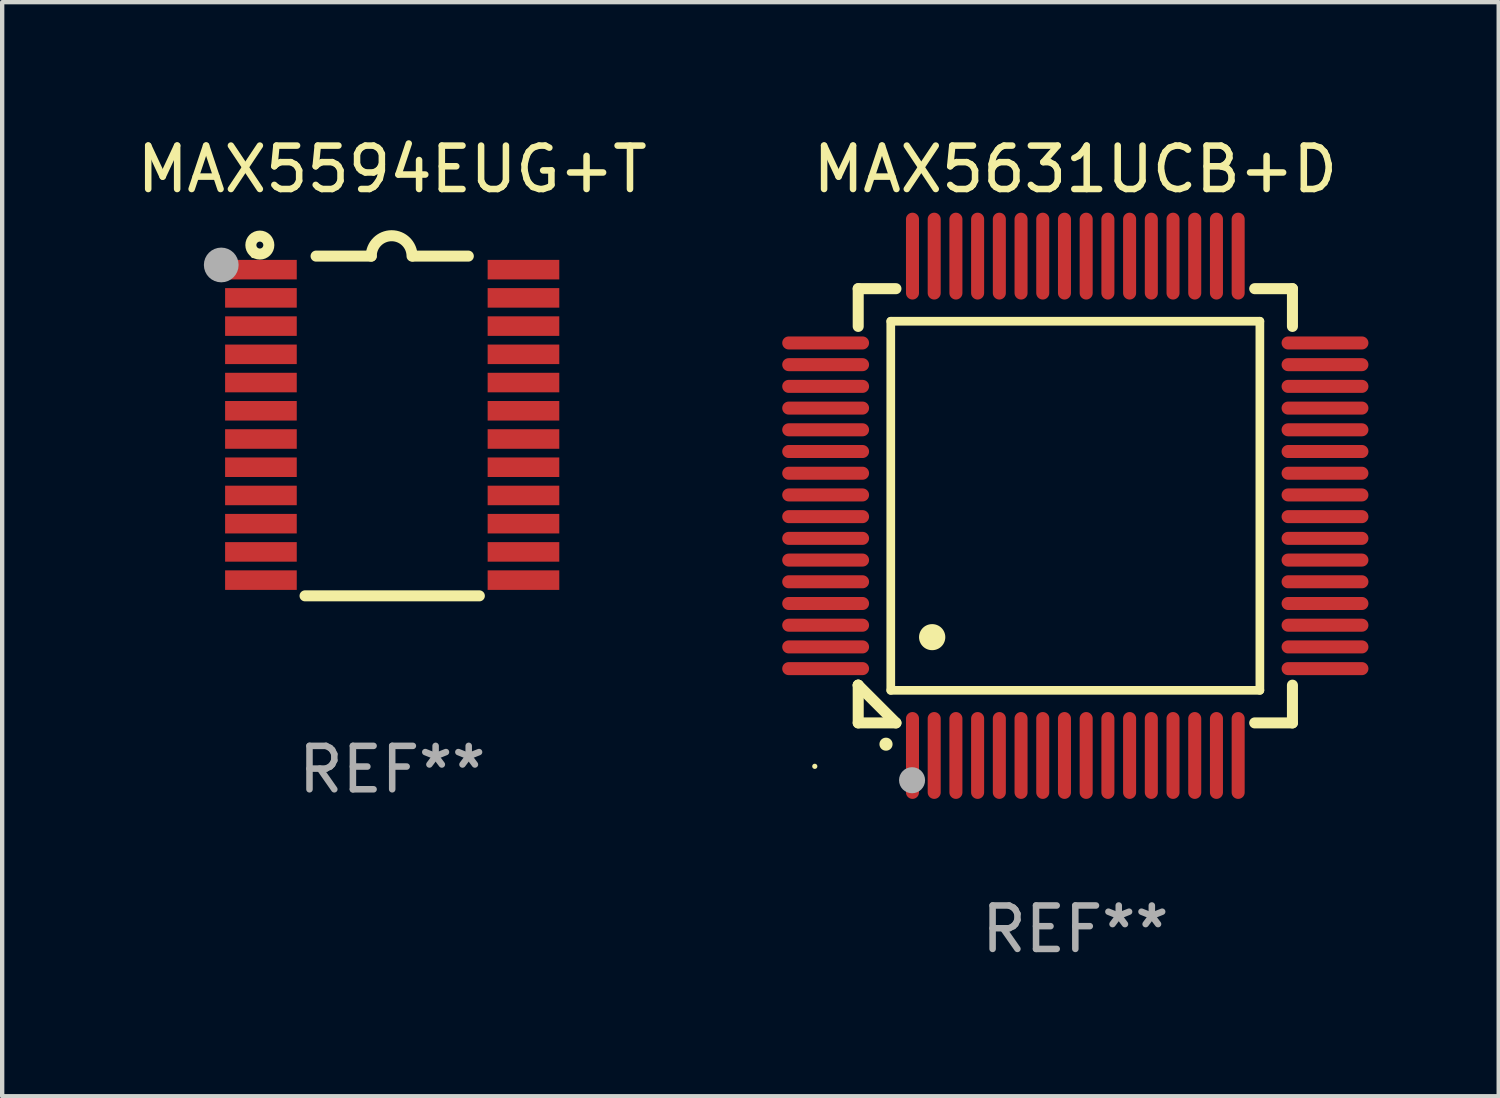
<source format=kicad_pcb>
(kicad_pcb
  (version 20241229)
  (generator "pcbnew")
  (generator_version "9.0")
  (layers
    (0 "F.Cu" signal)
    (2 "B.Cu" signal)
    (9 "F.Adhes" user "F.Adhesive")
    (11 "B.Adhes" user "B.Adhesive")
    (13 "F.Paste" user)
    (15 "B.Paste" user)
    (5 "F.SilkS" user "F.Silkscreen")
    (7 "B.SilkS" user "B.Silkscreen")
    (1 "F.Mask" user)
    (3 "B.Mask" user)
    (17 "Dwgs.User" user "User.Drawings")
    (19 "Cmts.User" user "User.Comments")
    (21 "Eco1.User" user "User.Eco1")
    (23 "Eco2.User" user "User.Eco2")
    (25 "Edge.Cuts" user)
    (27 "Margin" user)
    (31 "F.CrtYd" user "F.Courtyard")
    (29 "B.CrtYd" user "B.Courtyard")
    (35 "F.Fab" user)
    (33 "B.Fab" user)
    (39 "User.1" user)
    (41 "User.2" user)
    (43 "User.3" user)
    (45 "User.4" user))
  (footprint "MAX5631UCB+D"
    (layer "F.Cu")
    (at 21.714 8.598)
    (property "Reference" "MAX5631UCB+D" (at 0 -7.75 0) (layer "F.SilkS") (effects (font (size 1 1) (thickness 0.15))))
    (attr through_hole)
    (fp_line (start -5 -5) (end -4.131 -5) (stroke (width 0.254) (type solid)) (layer "F.SilkS"))
    (fp_line (start -5 -4.131) (end -5 -5) (stroke (width 0.254) (type solid)) (layer "F.SilkS"))
    (fp_line (start -5 4.131) (end -5 4.131) (stroke (width 0.254) (type solid)) (layer "F.SilkS"))
    (fp_line (start -5 5) (end -5 4.131) (stroke (width 0.254) (type solid)) (layer "F.SilkS"))
    (fp_line (start -5 4.131) (end -4.131 5) (stroke (width 0.254) (type solid)) (layer "F.SilkS"))
    (fp_line (start -4.25 -4.25) (end -4.25 4.25) (stroke (width 0.2) (type solid)) (layer "F.SilkS"))
    (fp_line (start -4.25 4.25) (end 4.25 4.25) (stroke (width 0.2) (type solid)) (layer "F.SilkS"))
    (fp_line (start -4.131 5) (end -5 5) (stroke (width 0.254) (type solid)) (layer "F.SilkS"))
    (fp_line (start 4.25 -4.25) (end -4.25 -4.25) (stroke (width 0.2) (type solid)) (layer "F.SilkS"))
    (fp_line (start 4.25 4.25) (end 4.25 -4.25) (stroke (width 0.2) (type solid)) (layer "F.SilkS"))
    (fp_line (start 5 -5) (end 4.131 -5) (stroke (width 0.254) (type solid)) (layer "F.SilkS"))
    (fp_line (start 5 -5) (end 5 -4.131) (stroke (width 0.254) (type solid)) (layer "F.SilkS"))
    (fp_line (start 5 4.131) (end 5 5) (stroke (width 0.254) (type solid)) (layer "F.SilkS"))
    (fp_line (start 5 5) (end 4.131 5) (stroke (width 0.254) (type solid)) (layer "F.SilkS"))
    (fp_arc (start -4.361265 5.489992) (mid -4.359995 5.489987) (end -4.358725 5.489992) (stroke (width 0.3) (type solid)) (layer "F.SilkS"))
    (fp_arc (start -3.299467 3.025146) (mid -3.296927 3.025135) (end -3.294387 3.025146) (stroke (width 0.6) (type solid)) (layer "F.SilkS"))
    (fp_circle (center -6 6) (end -5.97 6) (stroke (width 0.06) (type solid)) (fill no) (layer "F.SilkS"))
    (fp_circle (center -3.76 6.32) (end -3.61 6.32) (stroke (width 0.3) (type solid)) (fill no) (layer "F.Fab"))
    (fp_text user "REF**" (at 0 9.75 0) (layer "F.Fab") (effects (font (size 1 1) (thickness 0.15))))
    (pad "1" smd oval (at -3.75 5.75) (size 0.3 2) (layers "F.Cu" "F.Mask" "F.Paste"))
    (pad "2" smd oval (at -3.25 5.75) (size 0.3 2) (layers "F.Cu" "F.Mask" "F.Paste"))
    (pad "3" smd oval (at -2.75 5.75) (size 0.3 2) (layers "F.Cu" "F.Mask" "F.Paste"))
    (pad "4" smd oval (at -2.25 5.75) (size 0.3 2) (layers "F.Cu" "F.Mask" "F.Paste"))
    (pad "5" smd oval (at -1.75 5.75) (size 0.3 2) (layers "F.Cu" "F.Mask" "F.Paste"))
    (pad "6" smd oval (at -1.25 5.75) (size 0.3 2) (layers "F.Cu" "F.Mask" "F.Paste"))
    (pad "7" smd oval (at -0.75 5.75) (size 0.3 2) (layers "F.Cu" "F.Mask" "F.Paste"))
    (pad "8" smd oval (at -0.25 5.75) (size 0.3 2) (layers "F.Cu" "F.Mask" "F.Paste"))
    (pad "9" smd oval (at 0.25 5.75) (size 0.3 2) (layers "F.Cu" "F.Mask" "F.Paste"))
    (pad "10" smd oval (at 0.75 5.75) (size 0.3 2) (layers "F.Cu" "F.Mask" "F.Paste"))
    (pad "11" smd oval (at 1.25 5.75) (size 0.3 2) (layers "F.Cu" "F.Mask" "F.Paste"))
    (pad "12" smd oval (at 1.75 5.75) (size 0.3 2) (layers "F.Cu" "F.Mask" "F.Paste"))
    (pad "13" smd oval (at 2.25 5.75) (size 0.3 2) (layers "F.Cu" "F.Mask" "F.Paste"))
    (pad "14" smd oval (at 2.75 5.75) (size 0.3 2) (layers "F.Cu" "F.Mask" "F.Paste"))
    (pad "15" smd oval (at 3.25 5.75) (size 0.3 2) (layers "F.Cu" "F.Mask" "F.Paste"))
    (pad "16" smd oval (at 3.75 5.75) (size 0.3 2) (layers "F.Cu" "F.Mask" "F.Paste"))
    (pad "17" smd oval (at 5.75 3.75) (size 2 0.3) (layers "F.Cu" "F.Mask" "F.Paste"))
    (pad "18" smd oval (at 5.75 3.25) (size 2 0.3) (layers "F.Cu" "F.Mask" "F.Paste"))
    (pad "19" smd oval (at 5.75 2.75) (size 2 0.3) (layers "F.Cu" "F.Mask" "F.Paste"))
    (pad "20" smd oval (at 5.75 2.25) (size 2 0.3) (layers "F.Cu" "F.Mask" "F.Paste"))
    (pad "21" smd oval (at 5.75 1.75) (size 2 0.3) (layers "F.Cu" "F.Mask" "F.Paste"))
    (pad "22" smd oval (at 5.75 1.25) (size 2 0.3) (layers "F.Cu" "F.Mask" "F.Paste"))
    (pad "23" smd oval (at 5.75 0.75) (size 2 0.3) (layers "F.Cu" "F.Mask" "F.Paste"))
    (pad "24" smd oval (at 5.75 0.25) (size 2 0.3) (layers "F.Cu" "F.Mask" "F.Paste"))
    (pad "25" smd oval (at 5.75 -0.25) (size 2 0.3) (layers "F.Cu" "F.Mask" "F.Paste"))
    (pad "26" smd oval (at 5.75 -0.75) (size 2 0.3) (layers "F.Cu" "F.Mask" "F.Paste"))
    (pad "27" smd oval (at 5.75 -1.25) (size 2 0.3) (layers "F.Cu" "F.Mask" "F.Paste"))
    (pad "28" smd oval (at 5.75 -1.75) (size 2 0.3) (layers "F.Cu" "F.Mask" "F.Paste"))
    (pad "29" smd oval (at 5.75 -2.25) (size 2 0.3) (layers "F.Cu" "F.Mask" "F.Paste"))
    (pad "30" smd oval (at 5.75 -2.75) (size 2 0.3) (layers "F.Cu" "F.Mask" "F.Paste"))
    (pad "31" smd oval (at 5.75 -3.25) (size 2 0.3) (layers "F.Cu" "F.Mask" "F.Paste"))
    (pad "32" smd oval (at 5.75 -3.75) (size 2 0.3) (layers "F.Cu" "F.Mask" "F.Paste"))
    (pad "33" smd oval (at 3.75 -5.75) (size 0.3 2) (layers "F.Cu" "F.Mask" "F.Paste"))
    (pad "34" smd oval (at 3.25 -5.75) (size 0.3 2) (layers "F.Cu" "F.Mask" "F.Paste"))
    (pad "35" smd oval (at 2.75 -5.75) (size 0.3 2) (layers "F.Cu" "F.Mask" "F.Paste"))
    (pad "36" smd oval (at 2.25 -5.75) (size 0.3 2) (layers "F.Cu" "F.Mask" "F.Paste"))
    (pad "37" smd oval (at 1.75 -5.75) (size 0.3 2) (layers "F.Cu" "F.Mask" "F.Paste"))
    (pad "38" smd oval (at 1.25 -5.75) (size 0.3 2) (layers "F.Cu" "F.Mask" "F.Paste"))
    (pad "39" smd oval (at 0.75 -5.75) (size 0.3 2) (layers "F.Cu" "F.Mask" "F.Paste"))
    (pad "40" smd oval (at 0.25 -5.75) (size 0.3 2) (layers "F.Cu" "F.Mask" "F.Paste"))
    (pad "41" smd oval (at -0.25 -5.75) (size 0.3 2) (layers "F.Cu" "F.Mask" "F.Paste"))
    (pad "42" smd oval (at -0.75 -5.75) (size 0.3 2) (layers "F.Cu" "F.Mask" "F.Paste"))
    (pad "43" smd oval (at -1.25 -5.75) (size 0.3 2) (layers "F.Cu" "F.Mask" "F.Paste"))
    (pad "44" smd oval (at -1.75 -5.75) (size 0.3 2) (layers "F.Cu" "F.Mask" "F.Paste"))
    (pad "45" smd oval (at -2.25 -5.75) (size 0.3 2) (layers "F.Cu" "F.Mask" "F.Paste"))
    (pad "46" smd oval (at -2.75 -5.75) (size 0.3 2) (layers "F.Cu" "F.Mask" "F.Paste"))
    (pad "47" smd oval (at -3.25 -5.75) (size 0.3 2) (layers "F.Cu" "F.Mask" "F.Paste"))
    (pad "48" smd oval (at -3.75 -5.75) (size 0.3 2) (layers "F.Cu" "F.Mask" "F.Paste"))
    (pad "49" smd oval (at -5.75 -3.75) (size 2 0.3) (layers "F.Cu" "F.Mask" "F.Paste"))
    (pad "50" smd oval (at -5.75 -3.25) (size 2 0.3) (layers "F.Cu" "F.Mask" "F.Paste"))
    (pad "51" smd oval (at -5.75 -2.75) (size 2 0.3) (layers "F.Cu" "F.Mask" "F.Paste"))
    (pad "52" smd oval (at -5.75 -2.25) (size 2 0.3) (layers "F.Cu" "F.Mask" "F.Paste"))
    (pad "53" smd oval (at -5.75 -1.75) (size 2 0.3) (layers "F.Cu" "F.Mask" "F.Paste"))
    (pad "54" smd oval (at -5.75 -1.25) (size 2 0.3) (layers "F.Cu" "F.Mask" "F.Paste"))
    (pad "55" smd oval (at -5.75 -0.75) (size 2 0.3) (layers "F.Cu" "F.Mask" "F.Paste"))
    (pad "56" smd oval (at -5.75 -0.25) (size 2 0.3) (layers "F.Cu" "F.Mask" "F.Paste"))
    (pad "57" smd oval (at -5.75 0.25) (size 2 0.3) (layers "F.Cu" "F.Mask" "F.Paste"))
    (pad "58" smd oval (at -5.75 0.75) (size 2 0.3) (layers "F.Cu" "F.Mask" "F.Paste"))
    (pad "59" smd oval (at -5.75 1.25) (size 2 0.3) (layers "F.Cu" "F.Mask" "F.Paste"))
    (pad "60" smd oval (at -5.75 1.75) (size 2 0.3) (layers "F.Cu" "F.Mask" "F.Paste"))
    (pad "61" smd oval (at -5.75 2.25) (size 2 0.3) (layers "F.Cu" "F.Mask" "F.Paste"))
    (pad "62" smd oval (at -5.75 2.75) (size 2 0.3) (layers "F.Cu" "F.Mask" "F.Paste"))
    (pad "63" smd oval (at -5.75 3.25) (size 2 0.3) (layers "F.Cu" "F.Mask" "F.Paste"))
    (pad "64" smd oval (at -5.75 3.75) (size 2 0.3) (layers "F.Cu" "F.Mask" "F.Paste")))
  (footprint "MAX5594EUG+T"
    (layer "F.Cu")
    (at 5.982 6.76)
    (property "Reference" "MAX5594EUG+T" (at 0 -5.912 0) (layer "F.SilkS") (effects (font (size 1 1) (thickness 0.15))))
    (attr through_hole)
    (fp_line (start -1.753 -3.912) (end -0.483 -3.912) (stroke (width 0.254) (type solid)) (layer "F.SilkS"))
    (fp_line (start 0.483 -3.912) (end 1.753 -3.912) (stroke (width 0.254) (type solid)) (layer "F.SilkS"))
    (fp_line (start 2.007 3.912) (end -2.007 3.912) (stroke (width 0.254) (type solid)) (layer "F.SilkS"))
    (fp_arc (start -0.482626 -3.911608) (mid -0.012725 -4.381509) (end 0.457176 -3.911608) (stroke (width 0.254001) (type solid)) (layer "F.SilkS"))
    (fp_circle (center -3.2 -3.925) (end -3.17 -3.925) (stroke (width 0.06) (type solid)) (fill no) (layer "F.SilkS"))
    (fp_circle (center -3.048 -4.166) (end -2.968 -4.166) (stroke (width 0.254) (type solid)) (fill no) (layer "F.SilkS"))
    (fp_circle (center -3.937 -3.708) (end -3.737 -3.708) (stroke (width 0.4) (type solid)) (fill no) (layer "F.Fab"))
    (fp_text user "REF**" (at 0 7.912 0) (layer "F.Fab") (effects (font (size 1 1) (thickness 0.15))))
    (pad "1" smd rect (at -3.023 -3.6) (size 1.65 0.45) (layers "F.Cu" "F.Mask" "F.Paste"))
    (pad "2" smd rect (at -3.023 -2.95) (size 1.65 0.45) (layers "F.Cu" "F.Mask" "F.Paste"))
    (pad "3" smd rect (at -3.023 -2.3) (size 1.65 0.45) (layers "F.Cu" "F.Mask" "F.Paste"))
    (pad "4" smd rect (at -3.023 -1.65) (size 1.65 0.45) (layers "F.Cu" "F.Mask" "F.Paste"))
    (pad "5" smd rect (at -3.023 -1) (size 1.65 0.45) (layers "F.Cu" "F.Mask" "F.Paste"))
    (pad "6" smd rect (at -3.023 -0.35) (size 1.65 0.45) (layers "F.Cu" "F.Mask" "F.Paste"))
    (pad "7" smd rect (at -3.023 0.3) (size 1.65 0.45) (layers "F.Cu" "F.Mask" "F.Paste"))
    (pad "8" smd rect (at -3.023 0.95) (size 1.65 0.45) (layers "F.Cu" "F.Mask" "F.Paste"))
    (pad "9" smd rect (at -3.023 1.6) (size 1.65 0.45) (layers "F.Cu" "F.Mask" "F.Paste"))
    (pad "10" smd rect (at -3.023 2.25) (size 1.65 0.45) (layers "F.Cu" "F.Mask" "F.Paste"))
    (pad "11" smd rect (at -3.023 2.9) (size 1.65 0.45) (layers "F.Cu" "F.Mask" "F.Paste"))
    (pad "12" smd rect (at -3.023 3.55) (size 1.65 0.45) (layers "F.Cu" "F.Mask" "F.Paste"))
    (pad "13" smd rect (at 3.023 3.55) (size 1.65 0.45) (layers "F.Cu" "F.Mask" "F.Paste"))
    (pad "14" smd rect (at 3.023 2.9) (size 1.65 0.45) (layers "F.Cu" "F.Mask" "F.Paste"))
    (pad "15" smd rect (at 3.023 2.25) (size 1.65 0.45) (layers "F.Cu" "F.Mask" "F.Paste"))
    (pad "16" smd rect (at 3.023 1.6) (size 1.65 0.45) (layers "F.Cu" "F.Mask" "F.Paste"))
    (pad "17" smd rect (at 3.023 0.95) (size 1.65 0.45) (layers "F.Cu" "F.Mask" "F.Paste"))
    (pad "18" smd rect (at 3.023 0.3) (size 1.65 0.45) (layers "F.Cu" "F.Mask" "F.Paste"))
    (pad "19" smd rect (at 3.023 -0.35) (size 1.65 0.45) (layers "F.Cu" "F.Mask" "F.Paste"))
    (pad "20" smd rect (at 3.023 -1) (size 1.65 0.45) (layers "F.Cu" "F.Mask" "F.Paste"))
    (pad "21" smd rect (at 3.023 -1.65) (size 1.65 0.45) (layers "F.Cu" "F.Mask" "F.Paste"))
    (pad "22" smd rect (at 3.023 -2.3) (size 1.65 0.45) (layers "F.Cu" "F.Mask" "F.Paste"))
    (pad "23" smd rect (at 3.023 -2.95) (size 1.65 0.45) (layers "F.Cu" "F.Mask" "F.Paste"))
    (pad "24" smd rect (at 3.023 -3.6) (size 1.65 0.45) (layers "F.Cu" "F.Mask" "F.Paste")))
  (gr_rect
    (start -3 -3)
    (end 31.464 22.196)
    (stroke (width 0.1) (type default))
    (fill no)
    (layer "Edge.Cuts")))
</source>
